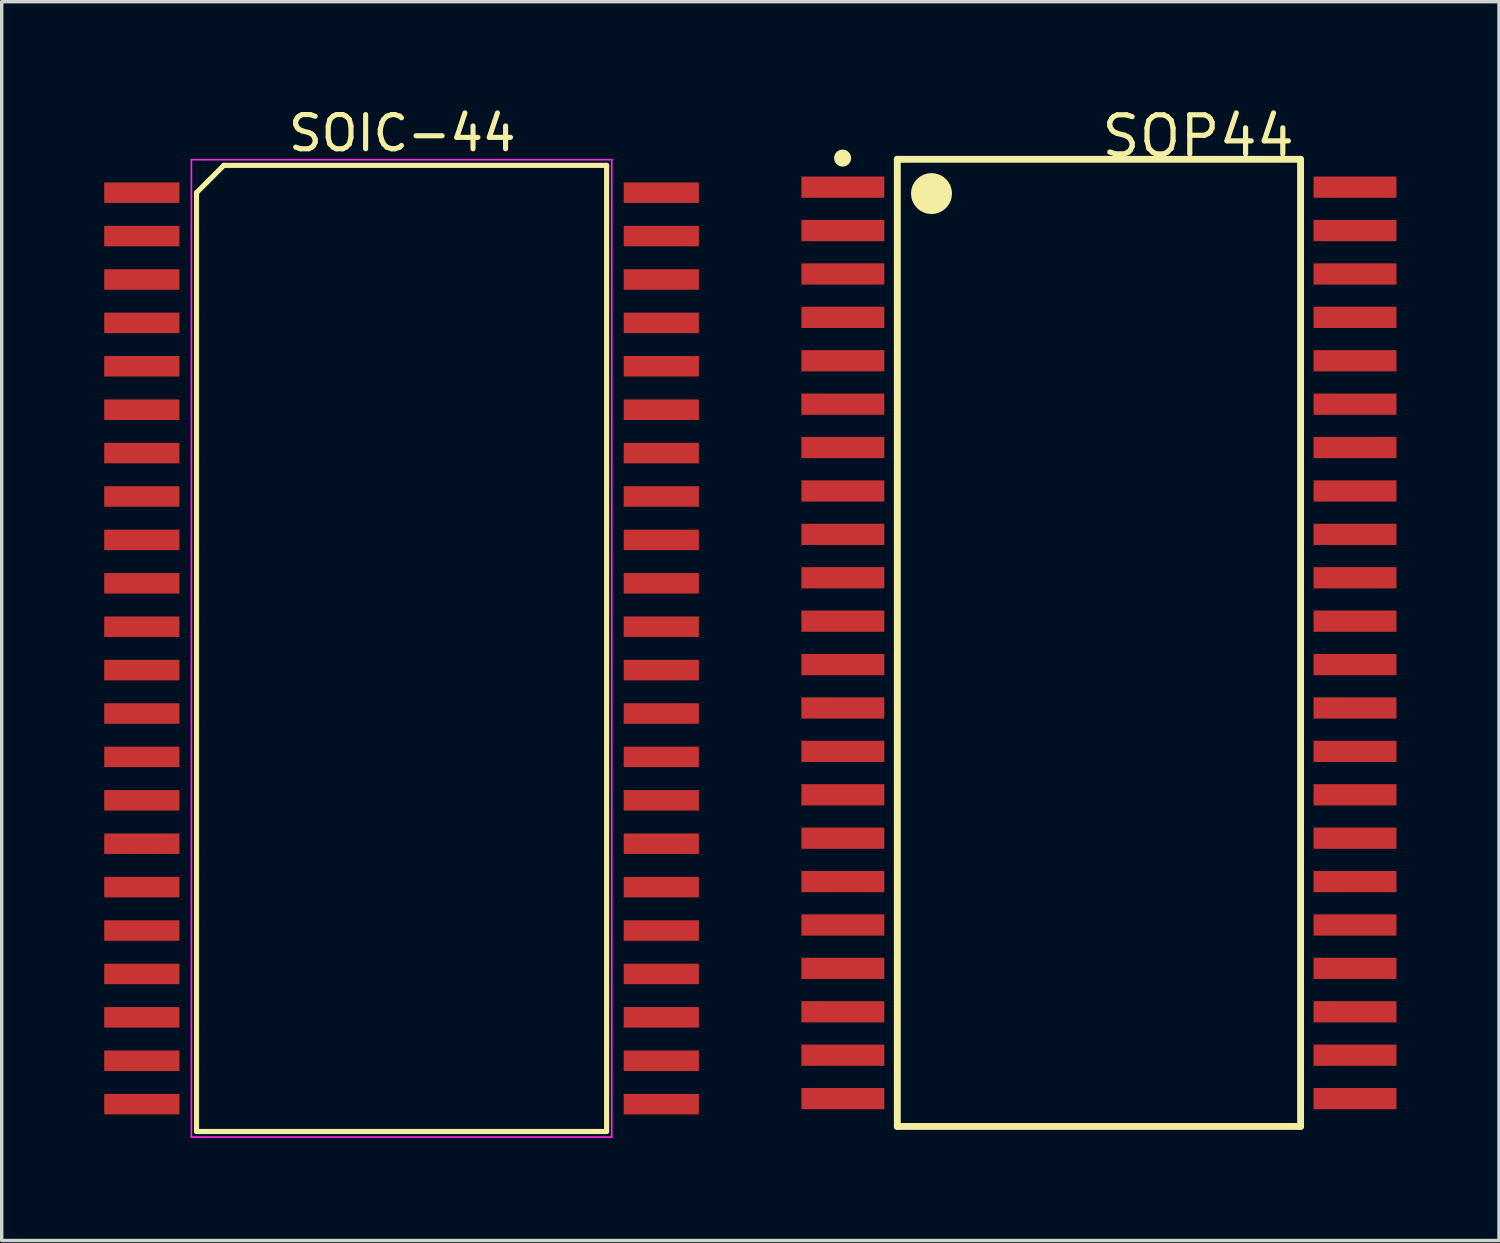
<source format=kicad_pcb>
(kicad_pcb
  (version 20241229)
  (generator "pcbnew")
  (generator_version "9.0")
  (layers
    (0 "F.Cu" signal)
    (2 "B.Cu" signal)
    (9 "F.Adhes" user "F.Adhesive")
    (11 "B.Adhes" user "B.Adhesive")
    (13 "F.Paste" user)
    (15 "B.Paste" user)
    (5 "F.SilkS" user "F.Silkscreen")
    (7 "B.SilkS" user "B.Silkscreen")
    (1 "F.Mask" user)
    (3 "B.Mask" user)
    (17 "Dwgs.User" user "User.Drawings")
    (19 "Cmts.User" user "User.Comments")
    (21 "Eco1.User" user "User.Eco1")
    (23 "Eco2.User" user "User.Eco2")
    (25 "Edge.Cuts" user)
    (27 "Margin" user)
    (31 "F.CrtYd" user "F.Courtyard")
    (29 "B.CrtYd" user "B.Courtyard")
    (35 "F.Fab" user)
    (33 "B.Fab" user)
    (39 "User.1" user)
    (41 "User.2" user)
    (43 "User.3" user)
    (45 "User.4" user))
  (footprint "SOIC-44"
    (layer "F.Cu")
    (at 8.7 15.923)
    (property "Reference" "SOIC-44" (at 0.02 -15.075 0) (layer "F.SilkS") (effects (font (size 1 1) (thickness 0.15))))
    (attr smd)
    (fp_line (start -6 -13.335) (end -5.2 -14.135) (stroke (width 0.15) (type solid)) (layer "F.SilkS"))
    (fp_line (start -6 14.135) (end -6 -13.335) (stroke (width 0.15) (type solid)) (layer "F.SilkS"))
    (fp_line (start -5.2 -14.135) (end 6 -14.135) (stroke (width 0.15) (type solid)) (layer "F.SilkS"))
    (fp_line (start 6 -14.135) (end 6 14.135) (stroke (width 0.15) (type solid)) (layer "F.SilkS"))
    (fp_line (start 6 14.135) (end -6 14.135) (stroke (width 0.15) (type solid)) (layer "F.SilkS"))
    (fp_line (start -6.15 -14.3) (end 6.15 -14.3) (stroke (width 0.05) (type solid)) (layer "F.CrtYd"))
    (fp_line (start -6.15 14.3) (end -6.15 -14.3) (stroke (width 0.05) (type solid)) (layer "F.CrtYd"))
    (fp_line (start 6.15 -14.3) (end 6.15 14.3) (stroke (width 0.05) (type solid)) (layer "F.CrtYd"))
    (fp_line (start 6.15 14.3) (end -6.15 14.3) (stroke (width 0.05) (type solid)) (layer "F.CrtYd"))
    (pad "1" smd rect (at -7.6 -13.335 270) (size 0.6 2.2) (layers "F.Cu" "F.Mask" "F.Paste"))
    (pad "2" smd rect (at -7.6 -12.065 270) (size 0.6 2.2) (layers "F.Cu" "F.Mask" "F.Paste"))
    (pad "3" smd rect (at -7.6 -10.795 270) (size 0.6 2.2) (layers "F.Cu" "F.Mask" "F.Paste"))
    (pad "4" smd rect (at -7.6 -9.525 270) (size 0.6 2.2) (layers "F.Cu" "F.Mask" "F.Paste"))
    (pad "5" smd rect (at -7.6 -8.255 270) (size 0.6 2.2) (layers "F.Cu" "F.Mask" "F.Paste"))
    (pad "6" smd rect (at -7.6 -6.985 270) (size 0.6 2.2) (layers "F.Cu" "F.Mask" "F.Paste"))
    (pad "7" smd rect (at -7.6 -5.715 270) (size 0.6 2.2) (layers "F.Cu" "F.Mask" "F.Paste"))
    (pad "8" smd rect (at -7.6 -4.445 270) (size 0.6 2.2) (layers "F.Cu" "F.Mask" "F.Paste"))
    (pad "9" smd rect (at -7.6 -3.175 270) (size 0.6 2.2) (layers "F.Cu" "F.Mask" "F.Paste"))
    (pad "10" smd rect (at -7.6 -1.905 270) (size 0.6 2.2) (layers "F.Cu" "F.Mask" "F.Paste"))
    (pad "11" smd rect (at -7.6 -0.635 270) (size 0.6 2.2) (layers "F.Cu" "F.Mask" "F.Paste"))
    (pad "12" smd rect (at -7.6 0.635 270) (size 0.6 2.2) (layers "F.Cu" "F.Mask" "F.Paste"))
    (pad "13" smd rect (at -7.6 1.905 270) (size 0.6 2.2) (layers "F.Cu" "F.Mask" "F.Paste"))
    (pad "14" smd rect (at -7.6 3.175 270) (size 0.6 2.2) (layers "F.Cu" "F.Mask" "F.Paste"))
    (pad "15" smd rect (at -7.6 4.445 270) (size 0.6 2.2) (layers "F.Cu" "F.Mask" "F.Paste"))
    (pad "16" smd rect (at -7.6 5.715 270) (size 0.6 2.2) (layers "F.Cu" "F.Mask" "F.Paste"))
    (pad "17" smd rect (at -7.6 6.985 270) (size 0.6 2.2) (layers "F.Cu" "F.Mask" "F.Paste"))
    (pad "18" smd rect (at -7.6 8.255 270) (size 0.6 2.2) (layers "F.Cu" "F.Mask" "F.Paste"))
    (pad "19" smd rect (at -7.6 9.525 270) (size 0.6 2.2) (layers "F.Cu" "F.Mask" "F.Paste"))
    (pad "20" smd rect (at -7.6 10.795 270) (size 0.6 2.2) (layers "F.Cu" "F.Mask" "F.Paste"))
    (pad "21" smd rect (at -7.6 12.065 270) (size 0.6 2.2) (layers "F.Cu" "F.Mask" "F.Paste"))
    (pad "22" smd rect (at -7.6 13.335 270) (size 0.6 2.2) (layers "F.Cu" "F.Mask" "F.Paste"))
    (pad "23" smd rect (at 7.6 13.335 270) (size 0.6 2.2) (layers "F.Cu" "F.Mask" "F.Paste"))
    (pad "24" smd rect (at 7.6 12.065 270) (size 0.6 2.2) (layers "F.Cu" "F.Mask" "F.Paste"))
    (pad "25" smd rect (at 7.6 10.795 270) (size 0.6 2.2) (layers "F.Cu" "F.Mask" "F.Paste"))
    (pad "26" smd rect (at 7.6 9.525 270) (size 0.6 2.2) (layers "F.Cu" "F.Mask" "F.Paste"))
    (pad "27" smd rect (at 7.6 8.255 270) (size 0.6 2.2) (layers "F.Cu" "F.Mask" "F.Paste"))
    (pad "28" smd rect (at 7.6 6.985 270) (size 0.6 2.2) (layers "F.Cu" "F.Mask" "F.Paste"))
    (pad "29" smd rect (at 7.6 5.715 270) (size 0.6 2.2) (layers "F.Cu" "F.Mask" "F.Paste"))
    (pad "30" smd rect (at 7.6 4.445 270) (size 0.6 2.2) (layers "F.Cu" "F.Mask" "F.Paste"))
    (pad "31" smd rect (at 7.6 3.175 270) (size 0.6 2.2) (layers "F.Cu" "F.Mask" "F.Paste"))
    (pad "32" smd rect (at 7.6 1.905 270) (size 0.6 2.2) (layers "F.Cu" "F.Mask" "F.Paste"))
    (pad "33" smd rect (at 7.6 0.635 270) (size 0.6 2.2) (layers "F.Cu" "F.Mask" "F.Paste"))
    (pad "34" smd rect (at 7.6 -0.635 270) (size 0.6 2.2) (layers "F.Cu" "F.Mask" "F.Paste"))
    (pad "35" smd rect (at 7.6 -1.905 270) (size 0.6 2.2) (layers "F.Cu" "F.Mask" "F.Paste"))
    (pad "36" smd rect (at 7.6 -3.175 270) (size 0.6 2.2) (layers "F.Cu" "F.Mask" "F.Paste"))
    (pad "37" smd rect (at 7.6 -4.445 270) (size 0.6 2.2) (layers "F.Cu" "F.Mask" "F.Paste"))
    (pad "38" smd rect (at 7.6 -5.715 270) (size 0.6 2.2) (layers "F.Cu" "F.Mask" "F.Paste"))
    (pad "39" smd rect (at 7.6 -6.985 270) (size 0.6 2.2) (layers "F.Cu" "F.Mask" "F.Paste"))
    (pad "40" smd rect (at 7.6 -8.255 270) (size 0.6 2.2) (layers "F.Cu" "F.Mask" "F.Paste"))
    (pad "41" smd rect (at 7.6 -9.525 270) (size 0.6 2.2) (layers "F.Cu" "F.Mask" "F.Paste"))
    (pad "42" smd rect (at 7.6 -10.795 270) (size 0.6 2.2) (layers "F.Cu" "F.Mask" "F.Paste"))
    (pad "43" smd rect (at 7.6 -12.065 270) (size 0.6 2.2) (layers "F.Cu" "F.Mask" "F.Paste"))
    (pad "44" smd rect (at 7.6 -13.335 270) (size 0.6 2.2) (layers "F.Cu" "F.Mask" "F.Paste")))
  (footprint "SOP44"
    (layer "F.Cu")
    (at 29.106 15.761)
    (property "Reference" "SOP44" (at 0 -14.161 0) (unlocked yes) (layer "F.SilkS") (effects (font (size 1.143 1.143) (thickness 0.152)) (justify left bottom)))
    (attr smd)
    (fp_line (start -5.9 -14.15) (end 5.9 -14.15) (stroke (width 0.201) (type solid)) (layer "F.SilkS"))
    (fp_line (start -5.9 14.15) (end -5.9 -14.15) (stroke (width 0.201) (type solid)) (layer "F.SilkS"))
    (fp_line (start -5.9 14.15) (end 5.9 14.15) (stroke (width 0.201) (type solid)) (layer "F.SilkS"))
    (fp_line (start 5.9 14.15) (end 5.9 -14.15) (stroke (width 0.201) (type solid)) (layer "F.SilkS"))
    (fp_arc (start -7.376158 -14.18336) (mid -7.625072 -14.18463) (end -7.376158 -14.1859) (stroke (width 0.24892) (type solid)) (layer "F.SilkS"))
    (fp_arc (start -4.599941 -13.1445) (mid -5.19937 -13.14704) (end -4.599941 -13.14958) (stroke (width 0.59944) (type solid)) (layer "F.SilkS"))
    (pad "1" smd rect (at -7.493 -13.335 90) (size 0.622 2.426) (layers "F.Cu" "F.Mask" "F.Paste"))
    (pad "2" smd rect (at -7.493 -12.065 90) (size 0.622 2.426) (layers "F.Cu" "F.Mask" "F.Paste"))
    (pad "3" smd rect (at -7.493 -10.795 90) (size 0.622 2.426) (layers "F.Cu" "F.Mask" "F.Paste"))
    (pad "4" smd rect (at -7.493 -9.525 90) (size 0.622 2.426) (layers "F.Cu" "F.Mask" "F.Paste"))
    (pad "5" smd rect (at -7.493 -8.255 90) (size 0.622 2.426) (layers "F.Cu" "F.Mask" "F.Paste"))
    (pad "6" smd rect (at -7.493 -6.985 90) (size 0.622 2.426) (layers "F.Cu" "F.Mask" "F.Paste"))
    (pad "7" smd rect (at -7.493 -5.715 90) (size 0.622 2.426) (layers "F.Cu" "F.Mask" "F.Paste"))
    (pad "8" smd rect (at -7.493 -4.445 90) (size 0.622 2.426) (layers "F.Cu" "F.Mask" "F.Paste"))
    (pad "9" smd rect (at -7.493 -3.175 90) (size 0.622 2.426) (layers "F.Cu" "F.Mask" "F.Paste"))
    (pad "10" smd rect (at -7.493 -1.905 90) (size 0.622 2.426) (layers "F.Cu" "F.Mask" "F.Paste"))
    (pad "11" smd rect (at -7.493 -0.635 90) (size 0.622 2.426) (layers "F.Cu" "F.Mask" "F.Paste"))
    (pad "12" smd rect (at -7.493 0.635 90) (size 0.622 2.426) (layers "F.Cu" "F.Mask" "F.Paste"))
    (pad "13" smd rect (at -7.493 1.905 90) (size 0.622 2.426) (layers "F.Cu" "F.Mask" "F.Paste"))
    (pad "14" smd rect (at -7.493 3.175 90) (size 0.622 2.426) (layers "F.Cu" "F.Mask" "F.Paste"))
    (pad "15" smd rect (at -7.493 4.445 90) (size 0.622 2.426) (layers "F.Cu" "F.Mask" "F.Paste"))
    (pad "16" smd rect (at -7.493 5.715 90) (size 0.622 2.426) (layers "F.Cu" "F.Mask" "F.Paste"))
    (pad "17" smd rect (at -7.493 6.985 90) (size 0.622 2.426) (layers "F.Cu" "F.Mask" "F.Paste"))
    (pad "18" smd rect (at -7.493 8.255 90) (size 0.622 2.426) (layers "F.Cu" "F.Mask" "F.Paste"))
    (pad "19" smd rect (at -7.493 9.525 90) (size 0.622 2.426) (layers "F.Cu" "F.Mask" "F.Paste"))
    (pad "20" smd rect (at -7.493 10.795 90) (size 0.622 2.426) (layers "F.Cu" "F.Mask" "F.Paste"))
    (pad "21" smd rect (at -7.493 12.065 90) (size 0.622 2.426) (layers "F.Cu" "F.Mask" "F.Paste"))
    (pad "22" smd rect (at -7.493 13.335 90) (size 0.622 2.426) (layers "F.Cu" "F.Mask" "F.Paste"))
    (pad "23" smd rect (at 7.493 13.335 90) (size 0.622 2.426) (layers "F.Cu" "F.Mask" "F.Paste"))
    (pad "24" smd rect (at 7.493 12.065 90) (size 0.622 2.426) (layers "F.Cu" "F.Mask" "F.Paste"))
    (pad "25" smd rect (at 7.493 10.795 90) (size 0.622 2.426) (layers "F.Cu" "F.Mask" "F.Paste"))
    (pad "26" smd rect (at 7.493 9.525 90) (size 0.622 2.426) (layers "F.Cu" "F.Mask" "F.Paste"))
    (pad "27" smd rect (at 7.493 8.255 90) (size 0.622 2.426) (layers "F.Cu" "F.Mask" "F.Paste"))
    (pad "28" smd rect (at 7.493 6.985 90) (size 0.622 2.426) (layers "F.Cu" "F.Mask" "F.Paste"))
    (pad "29" smd rect (at 7.493 5.715 90) (size 0.622 2.426) (layers "F.Cu" "F.Mask" "F.Paste"))
    (pad "30" smd rect (at 7.493 4.445 90) (size 0.622 2.426) (layers "F.Cu" "F.Mask" "F.Paste"))
    (pad "31" smd rect (at 7.493 3.175 90) (size 0.622 2.426) (layers "F.Cu" "F.Mask" "F.Paste"))
    (pad "32" smd rect (at 7.493 1.905 90) (size 0.622 2.426) (layers "F.Cu" "F.Mask" "F.Paste"))
    (pad "33" smd rect (at 7.493 0.635 90) (size 0.622 2.426) (layers "F.Cu" "F.Mask" "F.Paste"))
    (pad "34" smd rect (at 7.493 -0.635 90) (size 0.622 2.426) (layers "F.Cu" "F.Mask" "F.Paste"))
    (pad "35" smd rect (at 7.493 -1.905 90) (size 0.622 2.426) (layers "F.Cu" "F.Mask" "F.Paste"))
    (pad "36" smd rect (at 7.493 -3.175 90) (size 0.622 2.426) (layers "F.Cu" "F.Mask" "F.Paste"))
    (pad "37" smd rect (at 7.493 -4.445 90) (size 0.622 2.426) (layers "F.Cu" "F.Mask" "F.Paste"))
    (pad "38" smd rect (at 7.493 -5.715 90) (size 0.622 2.426) (layers "F.Cu" "F.Mask" "F.Paste"))
    (pad "39" smd rect (at 7.493 -6.985 90) (size 0.622 2.426) (layers "F.Cu" "F.Mask" "F.Paste"))
    (pad "40" smd rect (at 7.493 -8.255 90) (size 0.622 2.426) (layers "F.Cu" "F.Mask" "F.Paste"))
    (pad "41" smd rect (at 7.493 -9.525 90) (size 0.622 2.426) (layers "F.Cu" "F.Mask" "F.Paste"))
    (pad "42" smd rect (at 7.493 -10.795 90) (size 0.622 2.426) (layers "F.Cu" "F.Mask" "F.Paste"))
    (pad "43" smd rect (at 7.493 -12.065 90) (size 0.622 2.426) (layers "F.Cu" "F.Mask" "F.Paste"))
    (pad "44" smd rect (at 7.493 -13.335 90) (size 0.622 2.426) (layers "F.Cu" "F.Mask" "F.Paste")))
  (gr_rect
    (start -3 -3)
    (end 40.812 33.248)
    (stroke (width 0.1) (type default))
    (fill no)
    (layer "Edge.Cuts")))
</source>
